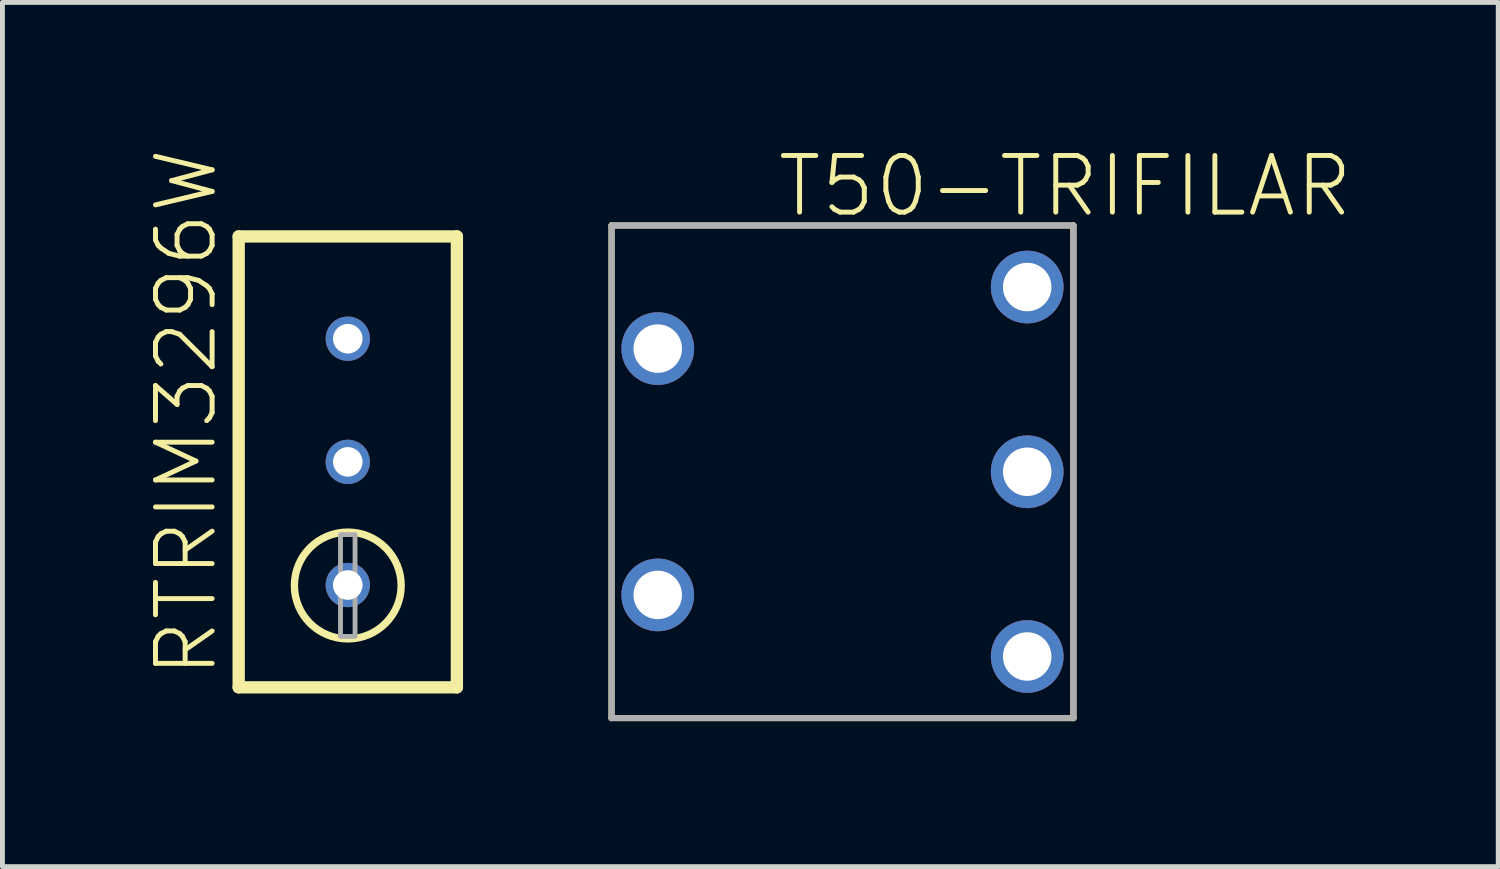
<source format=kicad_pcb>
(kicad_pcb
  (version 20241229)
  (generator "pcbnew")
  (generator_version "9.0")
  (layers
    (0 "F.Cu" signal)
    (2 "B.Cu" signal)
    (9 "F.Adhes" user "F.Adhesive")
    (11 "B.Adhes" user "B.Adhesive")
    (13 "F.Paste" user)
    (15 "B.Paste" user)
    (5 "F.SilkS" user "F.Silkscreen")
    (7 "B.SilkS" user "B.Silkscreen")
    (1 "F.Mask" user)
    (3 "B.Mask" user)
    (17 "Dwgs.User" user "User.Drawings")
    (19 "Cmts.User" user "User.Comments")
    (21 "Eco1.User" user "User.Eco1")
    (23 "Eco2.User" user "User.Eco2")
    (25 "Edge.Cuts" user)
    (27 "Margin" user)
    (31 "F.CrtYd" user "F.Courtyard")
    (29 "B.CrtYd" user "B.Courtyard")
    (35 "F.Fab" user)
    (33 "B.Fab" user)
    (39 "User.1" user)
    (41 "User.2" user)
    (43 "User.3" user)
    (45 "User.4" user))
  (footprint "RTRIM3296W"
    (layer "F.Cu")
    (at 4.123 6.476)
    (property "Reference" "RTRIM3296W" (at -2.65 4.5 90) (layer "F.SilkS") (effects (font (size 1.168 1.168) (thickness 0.102)) (justify left bottom)))
    (fp_line (start -2.25 -4.65) (end 2.25 -4.65) (stroke (width 0.254) (type solid)) (layer "F.SilkS"))
    (fp_line (start -2.25 4.65) (end -2.25 -4.65) (stroke (width 0.254) (type solid)) (layer "F.SilkS"))
    (fp_line (start 2.25 -4.65) (end 2.25 4.65) (stroke (width 0.254) (type solid)) (layer "F.SilkS"))
    (fp_line (start 2.25 4.65) (end -2.25 4.65) (stroke (width 0.254) (type solid)) (layer "F.SilkS"))
    (fp_circle (center 0 2.55) (end 1.101 2.55) (stroke (width 0.152) (type solid)) (fill no) (layer "F.SilkS"))
    (fp_poly (pts (xy -0.15 3.6) (xy 0.15 3.6) (xy 0.15 1.5) (xy -0.15 1.5)) (stroke (width 0.1) (type solid)) (fill no) (layer "F.Fab"))
    (pad "1" thru_hole circle (at 0 2.54) (size 0.914 0.914) (drill 0.61) (layers "*.Cu" "*.Mask"))
    (pad "2" thru_hole circle (at 0 0) (size 0.914 0.914) (drill 0.61) (layers "*.Cu" "*.Mask"))
    (pad "3" thru_hole circle (at 0 -2.54) (size 0.914 0.914) (drill 0.61) (layers "*.Cu" "*.Mask")))
  (footprint "T50-TRIFILAR"
    (layer "F.Cu")
    (at 14.326 6.68)
    (property "Reference" "T50-TRIFILAR" (at -1.397 -5.207 0) (layer "F.SilkS") (effects (font (size 1.168 1.168) (thickness 0.102)) (justify left bottom)))
    (fp_line (start -4.763 -5.08) (end 4.763 -5.08) (stroke (width 0.127) (type solid)) (layer "F.SilkS"))
    (fp_line (start -4.763 5.08) (end -4.763 -5.08) (stroke (width 0.127) (type solid)) (layer "F.SilkS"))
    (fp_line (start 4.763 -5.08) (end 4.763 5.08) (stroke (width 0.127) (type solid)) (layer "F.SilkS"))
    (fp_line (start 4.763 5.08) (end -4.763 5.08) (stroke (width 0.127) (type solid)) (layer "F.SilkS"))
    (fp_line (start -4.763 -5.08) (end 4.763 -5.08) (stroke (width 0.127) (type solid)) (layer "F.Fab"))
    (fp_line (start -4.763 5.08) (end -4.763 -5.08) (stroke (width 0.127) (type solid)) (layer "F.Fab"))
    (fp_line (start 4.763 -5.08) (end 4.763 5.08) (stroke (width 0.127) (type solid)) (layer "F.Fab"))
    (fp_line (start 4.763 5.08) (end -4.763 5.08) (stroke (width 0.127) (type solid)) (layer "F.Fab"))
    (pad "1" thru_hole circle (at -3.81 -2.54 180) (size 1.5 1.5) (drill 1) (layers "*.Cu" "*.Mask"))
    (pad "2" thru_hole circle (at -3.81 2.54 180) (size 1.5 1.5) (drill 1) (layers "*.Cu" "*.Mask"))
    (pad "3" thru_hole circle (at 3.81 -3.81 180) (size 1.5 1.5) (drill 1) (layers "*.Cu" "*.Mask"))
    (pad "4" thru_hole circle (at 3.81 0 180) (size 1.5 1.5) (drill 1) (layers "*.Cu" "*.Mask"))
    (pad "5" thru_hole circle (at 3.81 3.81 180) (size 1.5 1.5) (drill 1) (layers "*.Cu" "*.Mask")))
  (gr_rect
    (start -3 -3)
    (end 27.851 14.824)
    (stroke (width 0.1) (type default))
    (fill no)
    (layer "Edge.Cuts")))
</source>
